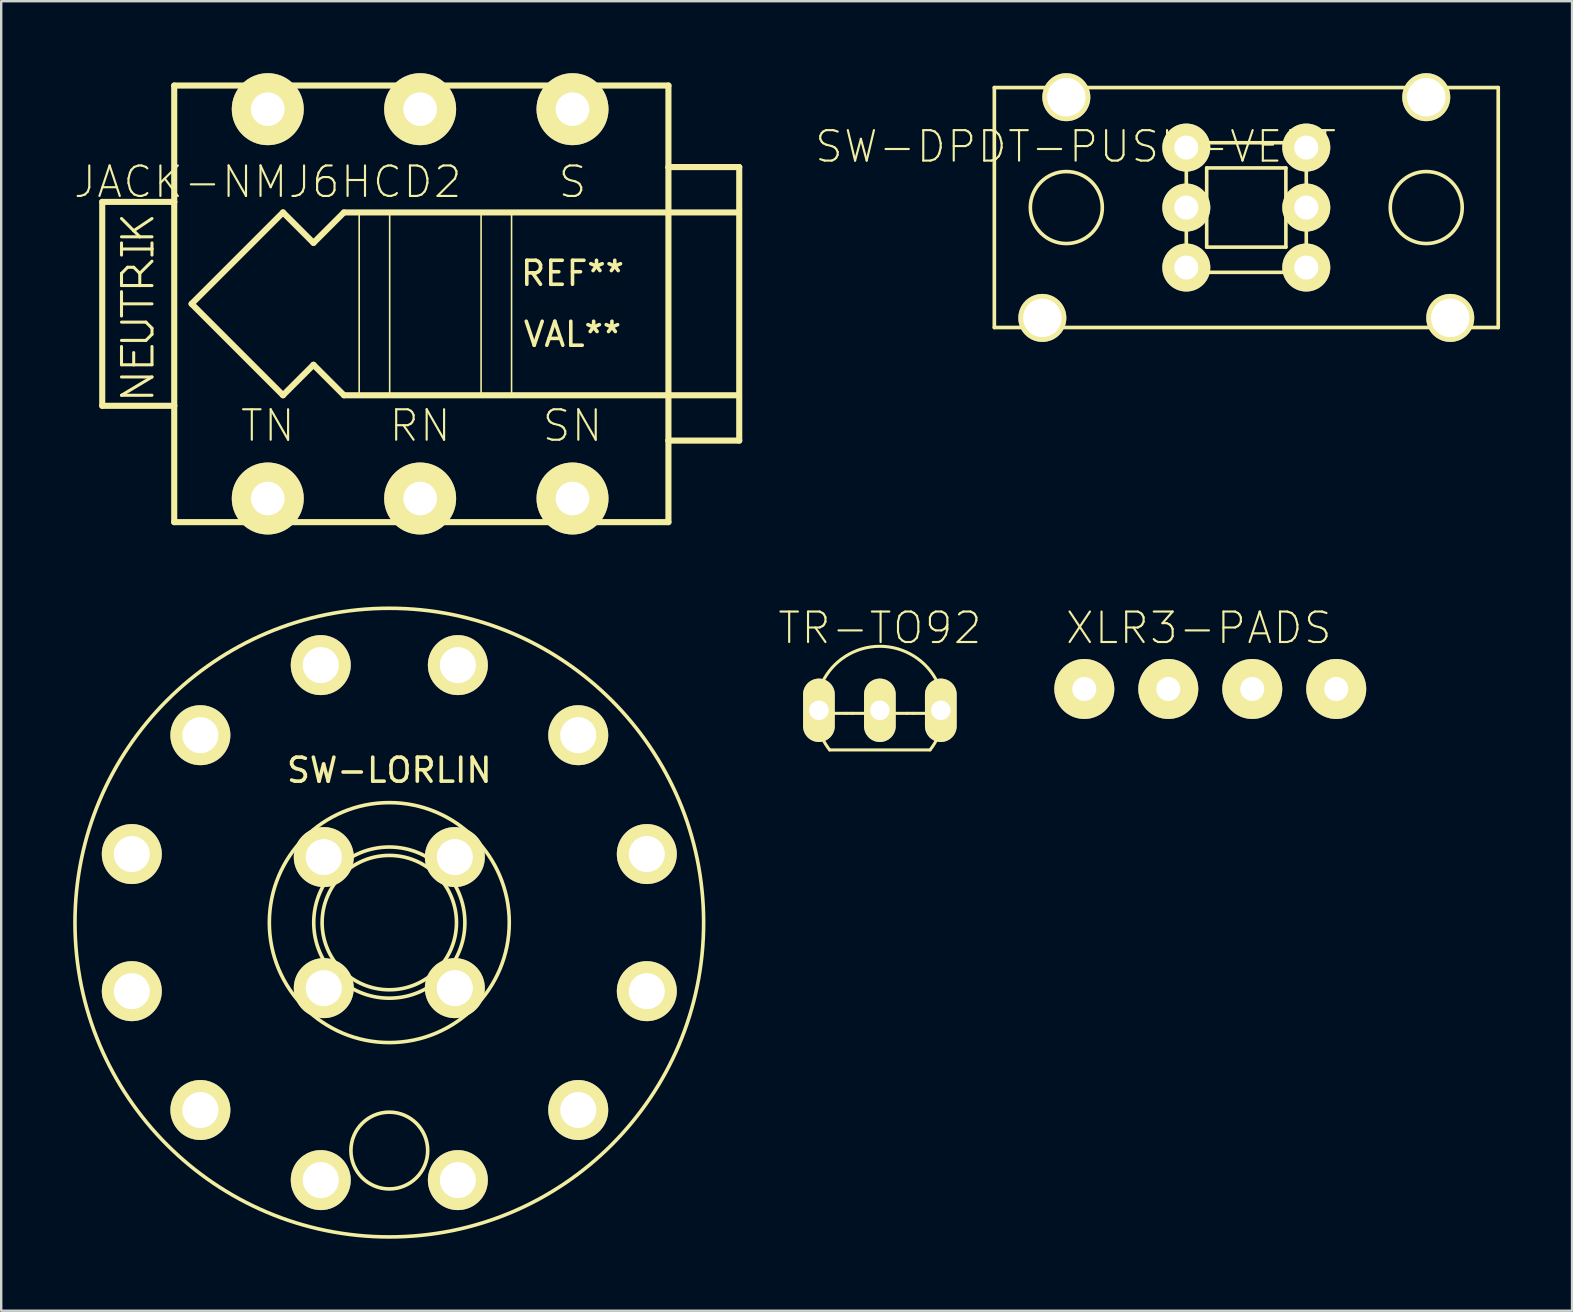
<source format=kicad_pcb>
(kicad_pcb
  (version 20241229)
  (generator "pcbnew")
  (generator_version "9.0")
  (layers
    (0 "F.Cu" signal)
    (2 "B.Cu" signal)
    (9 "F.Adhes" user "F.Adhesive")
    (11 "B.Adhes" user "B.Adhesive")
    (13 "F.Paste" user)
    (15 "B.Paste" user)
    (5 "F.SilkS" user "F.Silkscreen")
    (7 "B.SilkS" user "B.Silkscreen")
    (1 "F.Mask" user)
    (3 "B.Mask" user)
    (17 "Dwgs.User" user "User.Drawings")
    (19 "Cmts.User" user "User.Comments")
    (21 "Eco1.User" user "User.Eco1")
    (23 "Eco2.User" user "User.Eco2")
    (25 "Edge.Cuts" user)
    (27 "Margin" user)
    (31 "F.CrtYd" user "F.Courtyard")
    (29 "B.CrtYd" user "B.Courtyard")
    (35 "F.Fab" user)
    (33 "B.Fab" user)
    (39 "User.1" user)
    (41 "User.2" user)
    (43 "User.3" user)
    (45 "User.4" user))
  (footprint "SW-DPDT-PUSH-VERT"
    (layer "F.Cu")
    (at 48.891 5.6)
    (property "Reference" "SW-DPDT-PUSH-VERT" (at -7.112 -2.54 0) (layer "F.SilkS") (effects (font (size 1.27 1.27) (thickness 0.089))))
    (attr exclude_from_pos_files exclude_from_bom)
    (fp_line (start -10.5 -5) (end 10.5 -5) (stroke (width 0.152) (type solid)) (layer "F.SilkS"))
    (fp_line (start -10.5 5) (end -10.5 -5) (stroke (width 0.152) (type solid)) (layer "F.SilkS"))
    (fp_line (start -10.5 5) (end 10.5 5) (stroke (width 0.152) (type solid)) (layer "F.SilkS"))
    (fp_line (start -2.5 -2.7) (end -2.5 2.7) (stroke (width 0.15) (type solid)) (layer "F.SilkS"))
    (fp_line (start -2.5 2.7) (end 2.5 2.7) (stroke (width 0.15) (type solid)) (layer "F.SilkS"))
    (fp_line (start -1.65 -1.65) (end -1.65 1.65) (stroke (width 0.15) (type solid)) (layer "F.SilkS"))
    (fp_line (start -1.65 1.65) (end 1.65 1.65) (stroke (width 0.15) (type solid)) (layer "F.SilkS"))
    (fp_line (start 1.65 -1.65) (end -1.65 -1.65) (stroke (width 0.15) (type solid)) (layer "F.SilkS"))
    (fp_line (start 1.65 1.65) (end 1.65 -1.65) (stroke (width 0.15) (type solid)) (layer "F.SilkS"))
    (fp_line (start 2.5 -2.7) (end -2.5 -2.7) (stroke (width 0.15) (type solid)) (layer "F.SilkS"))
    (fp_line (start 2.5 2.7) (end 2.5 -2.7) (stroke (width 0.15) (type solid)) (layer "F.SilkS"))
    (fp_line (start 10.5 5) (end 10.5 -5) (stroke (width 0.152) (type solid)) (layer "F.SilkS"))
    (fp_circle (center -7.5 0) (end -7.5 1.5) (stroke (width 0.15) (type solid)) (fill no) (layer "F.SilkS"))
    (fp_circle (center 7.5 0) (end 7.5 1.5) (stroke (width 0.15) (type solid)) (fill no) (layer "F.SilkS"))
    (pad "1" thru_hole circle (at 2.5 2.5) (size 2 2) (drill 1) (layers "*.Cu" "*.Mask" "F.SilkS"))
    (pad "2" thru_hole circle (at 2.5 0) (size 2 2) (drill 1) (layers "*.Cu" "*.Mask" "F.SilkS"))
    (pad "3" thru_hole circle (at 2.5 -2.5) (size 2 2) (drill 1) (layers "*.Cu" "*.Mask" "F.SilkS"))
    (pad "4" thru_hole circle (at -2.5 2.5) (size 2 2) (drill 1) (layers "*.Cu" "*.Mask" "F.SilkS"))
    (pad "5" thru_hole circle (at -2.5 0) (size 2 2) (drill 1) (layers "*.Cu" "*.Mask" "F.SilkS"))
    (pad "6" thru_hole circle (at -2.5 -2.5) (size 2 2) (drill 1) (layers "*.Cu" "*.Mask" "F.SilkS"))
    (pad "G" thru_hole circle (at -8.5 4.6) (size 2 2) (drill 1.6) (layers "*.Cu" "*.Mask" "F.SilkS"))
    (pad "G" thru_hole circle (at -7.5 -4.6) (size 2 2) (drill 1.6) (layers "*.Cu" "*.Mask" "F.SilkS"))
    (pad "G" thru_hole circle (at 7.5 -4.6) (size 2 2) (drill 1.6) (layers "*.Cu" "*.Mask" "F.SilkS"))
    (pad "G" thru_hole circle (at 8.5 4.6) (size 2 2) (drill 1.6) (layers "*.Cu" "*.Mask" "F.SilkS")))
  (footprint "SW-LORLIN"
    (layer "F.Cu")
    (at 13.175 35.401)
    (property "Reference" "SW-LORLIN" (at 0 -6.35 0) (layer "F.SilkS") (effects (font (size 1 1) (thickness 0.15))))
    (attr through_hole)
    (fp_circle (center 0 0) (end 2.8 0) (stroke (width 0.15) (type solid)) (fill no) (layer "F.SilkS"))
    (fp_circle (center 0 0) (end 3.15 0) (stroke (width 0.15) (type solid)) (fill no) (layer "F.SilkS"))
    (fp_circle (center 0 0) (end 5 0) (stroke (width 0.15) (type solid)) (fill no) (layer "F.SilkS"))
    (fp_circle (center 0 0) (end 13.1 0) (stroke (width 0.15) (type solid)) (fill no) (layer "F.SilkS"))
    (fp_circle (center 0 9.5) (end 0 11.1) (stroke (width 0.15) (type solid)) (fill no) (layer "F.SilkS"))
    (pad "1" thru_hole circle (at -2.857 10.732) (size 2.5 2.5) (drill 1.5) (layers "*.Cu" "*.Mask" "F.SilkS"))
    (pad "2" thru_hole circle (at -7.874 7.811) (size 2.5 2.5) (drill 1.5) (layers "*.Cu" "*.Mask" "F.SilkS"))
    (pad "3" thru_hole circle (at -10.732 2.857) (size 2.5 2.5) (drill 1.5) (layers "*.Cu" "*.Mask" "F.SilkS"))
    (pad "4" thru_hole circle (at -10.732 -2.857) (size 2.5 2.5) (drill 1.5) (layers "*.Cu" "*.Mask" "F.SilkS"))
    (pad "5" thru_hole circle (at -7.874 -7.811) (size 2.5 2.5) (drill 1.5) (layers "*.Cu" "*.Mask" "F.SilkS"))
    (pad "6" thru_hole circle (at -2.857 -10.732) (size 2.5 2.5) (drill 1.5) (layers "*.Cu" "*.Mask" "F.SilkS"))
    (pad "7" thru_hole circle (at 2.857 -10.732) (size 2.5 2.5) (drill 1.5) (layers "*.Cu" "*.Mask" "F.SilkS"))
    (pad "8" thru_hole circle (at 7.874 -7.811) (size 2.5 2.5) (drill 1.5) (layers "*.Cu" "*.Mask" "F.SilkS"))
    (pad "9" thru_hole circle (at 10.732 -2.857) (size 2.5 2.5) (drill 1.5) (layers "*.Cu" "*.Mask" "F.SilkS"))
    (pad "10" thru_hole circle (at 10.732 2.857) (size 2.5 2.5) (drill 1.5) (layers "*.Cu" "*.Mask" "F.SilkS"))
    (pad "11" thru_hole circle (at 7.874 7.811) (size 2.5 2.5) (drill 1.5) (layers "*.Cu" "*.Mask" "F.SilkS"))
    (pad "12" thru_hole circle (at 2.857 10.732) (size 2.5 2.5) (drill 1.5) (layers "*.Cu" "*.Mask" "F.SilkS"))
    (pad "A" thru_hole circle (at -2.731 2.731) (size 2.5 2.5) (drill 1.5) (layers "*.Cu" "*.Mask" "F.SilkS"))
    (pad "B" thru_hole circle (at -2.731 -2.731) (size 2.5 2.5) (drill 1.5) (layers "*.Cu" "*.Mask" "F.SilkS"))
    (pad "C" thru_hole circle (at 2.731 -2.731) (size 2.5 2.5) (drill 1.5) (layers "*.Cu" "*.Mask" "F.SilkS"))
    (pad "D" thru_hole circle (at 2.731 2.731) (size 2.5 2.5) (drill 1.5) (layers "*.Cu" "*.Mask" "F.SilkS")))
  (footprint "XLR3-PADS"
    (layer "F.Cu")
    (at 45.64 25.664)
    (property "Reference" "XLR3-PADS" (at 1.27 -2.54 0) (layer "F.SilkS") (effects (font (size 1.27 1.27) (thickness 0.089))))
    (attr exclude_from_pos_files exclude_from_bom)
    (pad "1" thru_hole circle (at 3.5 0) (size 2.5 2.5) (drill 1) (layers "*.Cu" "*.Mask" "F.SilkS"))
    (pad "2" thru_hole circle (at 0 0) (size 2.5 2.5) (drill 1) (layers "*.Cu" "*.Mask" "F.SilkS"))
    (pad "3" thru_hole circle (at -3.5 0) (size 2.5 2.5) (drill 1) (layers "*.Cu" "*.Mask" "F.SilkS"))
    (pad "G" thru_hole circle (at 7 0) (size 2.5 2.5) (drill 1) (layers "*.Cu" "*.Mask" "F.SilkS")))
  (footprint "JACK-NMJ6HCD2"
    (layer "F.Cu")
    (at 14.46 9.613)
    (property "Reference" "JACK-NMJ6HCD2" (at -6.35 -5.08 0) (layer "F.SilkS") (effects (font (size 1.27 1.27) (thickness 0.089))))
    (attr exclude_from_pos_files exclude_from_bom)
    (fp_line (start -13.249 -4.249) (end -10.249 -4.249) (stroke (width 0.254) (type solid)) (layer "F.SilkS"))
    (fp_line (start -13.249 4.249) (end -13.249 -4.249) (stroke (width 0.254) (type solid)) (layer "F.SilkS"))
    (fp_line (start -12.446 -2.286) (end -12.446 -2.54) (stroke (width 0.127) (type solid)) (layer "F.SilkS"))
    (fp_line (start -12.446 -2.032) (end -12.446 -2.286) (stroke (width 0.127) (type solid)) (layer "F.SilkS"))
    (fp_line (start -12.446 -1.27) (end -12.192 -1.524) (stroke (width 0.127) (type solid)) (layer "F.SilkS"))
    (fp_line (start -12.446 -0.762) (end -12.446 -1.27) (stroke (width 0.127) (type solid)) (layer "F.SilkS"))
    (fp_line (start -12.446 0) (end -12.446 -0.508) (stroke (width 0.127) (type solid)) (layer "F.SilkS"))
    (fp_line (start -12.446 0.508) (end -12.446 0) (stroke (width 0.127) (type solid)) (layer "F.SilkS"))
    (fp_line (start -12.446 1.524) (end -11.43 1.524) (stroke (width 0.127) (type solid)) (layer "F.SilkS"))
    (fp_line (start -12.446 2.54) (end -12.446 1.778) (stroke (width 0.127) (type solid)) (layer "F.SilkS"))
    (fp_line (start -12.446 3.81) (end -11.176 3.048) (stroke (width 0.127) (type solid)) (layer "F.SilkS"))
    (fp_line (start -12.192 -1.524) (end -11.938 -1.524) (stroke (width 0.127) (type solid)) (layer "F.SilkS"))
    (fp_line (start -11.938 -3.048) (end -12.446 -3.556) (stroke (width 0.127) (type solid)) (layer "F.SilkS"))
    (fp_line (start -11.938 -3.048) (end -11.176 -3.556) (stroke (width 0.127) (type solid)) (layer "F.SilkS"))
    (fp_line (start -11.938 -1.524) (end -11.684 -1.27) (stroke (width 0.127) (type solid)) (layer "F.SilkS"))
    (fp_line (start -11.938 2.54) (end -12.446 2.54) (stroke (width 0.127) (type solid)) (layer "F.SilkS"))
    (fp_line (start -11.938 2.54) (end -11.938 2.032) (stroke (width 0.127) (type solid)) (layer "F.SilkS"))
    (fp_line (start -11.684 -2.794) (end -12.446 -2.794) (stroke (width 0.127) (type solid)) (layer "F.SilkS"))
    (fp_line (start -11.684 -2.794) (end -11.938 -3.048) (stroke (width 0.127) (type solid)) (layer "F.SilkS"))
    (fp_line (start -11.684 -1.27) (end -11.684 -0.762) (stroke (width 0.127) (type solid)) (layer "F.SilkS"))
    (fp_line (start -11.684 -1.27) (end -11.176 -1.778) (stroke (width 0.127) (type solid)) (layer "F.SilkS"))
    (fp_line (start -11.684 -0.762) (end -12.446 -0.762) (stroke (width 0.127) (type solid)) (layer "F.SilkS"))
    (fp_line (start -11.43 0.762) (end -12.446 0.762) (stroke (width 0.127) (type solid)) (layer "F.SilkS"))
    (fp_line (start -11.43 1.524) (end -11.176 1.27) (stroke (width 0.127) (type solid)) (layer "F.SilkS"))
    (fp_line (start -11.176 -2.794) (end -11.684 -2.794) (stroke (width 0.127) (type solid)) (layer "F.SilkS"))
    (fp_line (start -11.176 -2.286) (end -12.446 -2.286) (stroke (width 0.127) (type solid)) (layer "F.SilkS"))
    (fp_line (start -11.176 -2.286) (end -11.176 -2.54) (stroke (width 0.127) (type solid)) (layer "F.SilkS"))
    (fp_line (start -11.176 -2.032) (end -11.176 -2.286) (stroke (width 0.127) (type solid)) (layer "F.SilkS"))
    (fp_line (start -11.176 -0.762) (end -11.684 -0.762) (stroke (width 0.127) (type solid)) (layer "F.SilkS"))
    (fp_line (start -11.176 0) (end -12.446 0) (stroke (width 0.127) (type solid)) (layer "F.SilkS"))
    (fp_line (start -11.176 1.016) (end -11.43 0.762) (stroke (width 0.127) (type solid)) (layer "F.SilkS"))
    (fp_line (start -11.176 1.27) (end -11.176 1.016) (stroke (width 0.127) (type solid)) (layer "F.SilkS"))
    (fp_line (start -11.176 2.54) (end -11.938 2.54) (stroke (width 0.127) (type solid)) (layer "F.SilkS"))
    (fp_line (start -11.176 2.54) (end -11.176 1.778) (stroke (width 0.127) (type solid)) (layer "F.SilkS"))
    (fp_line (start -11.176 3.048) (end -12.446 3.048) (stroke (width 0.127) (type solid)) (layer "F.SilkS"))
    (fp_line (start -11.176 3.81) (end -12.446 3.81) (stroke (width 0.127) (type solid)) (layer "F.SilkS"))
    (fp_line (start -10.249 -9.098) (end -10.249 -4.249) (stroke (width 0.254) (type solid)) (layer "F.SilkS"))
    (fp_line (start -10.249 -4.249) (end -10.249 4.249) (stroke (width 0.254) (type solid)) (layer "F.SilkS"))
    (fp_line (start -10.249 4.249) (end -13.249 4.249) (stroke (width 0.254) (type solid)) (layer "F.SilkS"))
    (fp_line (start -10.249 4.249) (end -10.249 9.098) (stroke (width 0.254) (type solid)) (layer "F.SilkS"))
    (fp_line (start -10.249 9.098) (end 10.348 9.098) (stroke (width 0.254) (type solid)) (layer "F.SilkS"))
    (fp_line (start -9.525 0) (end -5.715 3.81) (stroke (width 0.254) (type solid)) (layer "F.SilkS"))
    (fp_line (start -5.715 -3.81) (end -9.525 0) (stroke (width 0.254) (type solid)) (layer "F.SilkS"))
    (fp_line (start -5.715 3.81) (end -4.445 2.54) (stroke (width 0.254) (type solid)) (layer "F.SilkS"))
    (fp_line (start -4.445 -2.54) (end -5.715 -3.81) (stroke (width 0.254) (type solid)) (layer "F.SilkS"))
    (fp_line (start -4.445 2.54) (end -3.175 3.81) (stroke (width 0.254) (type solid)) (layer "F.SilkS"))
    (fp_line (start -3.175 -3.81) (end -4.445 -2.54) (stroke (width 0.254) (type solid)) (layer "F.SilkS"))
    (fp_line (start -3.175 3.81) (end 13.208 3.81) (stroke (width 0.254) (type solid)) (layer "F.SilkS"))
    (fp_line (start -2.54 -3.81) (end -1.27 -3.81) (stroke (width 0.066) (type solid)) (layer "F.SilkS"))
    (fp_line (start -2.54 3.81) (end -2.54 -3.81) (stroke (width 0.066) (type solid)) (layer "F.SilkS"))
    (fp_line (start -2.54 3.81) (end -1.27 3.81) (stroke (width 0.066) (type solid)) (layer "F.SilkS"))
    (fp_line (start -1.27 3.81) (end -1.27 -3.81) (stroke (width 0.066) (type solid)) (layer "F.SilkS"))
    (fp_line (start 2.54 -3.81) (end 3.81 -3.81) (stroke (width 0.066) (type solid)) (layer "F.SilkS"))
    (fp_line (start 2.54 3.81) (end 2.54 -3.81) (stroke (width 0.066) (type solid)) (layer "F.SilkS"))
    (fp_line (start 2.54 3.81) (end 3.81 3.81) (stroke (width 0.066) (type solid)) (layer "F.SilkS"))
    (fp_line (start 3.81 3.81) (end 3.81 -3.81) (stroke (width 0.066) (type solid)) (layer "F.SilkS"))
    (fp_line (start 10.348 -9.098) (end -10.249 -9.098) (stroke (width 0.254) (type solid)) (layer "F.SilkS"))
    (fp_line (start 10.348 -5.7) (end 10.348 -9.098) (stroke (width 0.254) (type solid)) (layer "F.SilkS"))
    (fp_line (start 10.348 -5.7) (end 13.299 -5.7) (stroke (width 0.254) (type solid)) (layer "F.SilkS"))
    (fp_line (start 10.348 5.7) (end 10.348 -5.7) (stroke (width 0.254) (type solid)) (layer "F.SilkS"))
    (fp_line (start 10.348 9.098) (end 10.348 5.7) (stroke (width 0.254) (type solid)) (layer "F.SilkS"))
    (fp_line (start 13.208 -3.81) (end -3.175 -3.81) (stroke (width 0.254) (type solid)) (layer "F.SilkS"))
    (fp_line (start 13.299 -5.7) (end 13.299 5.7) (stroke (width 0.254) (type solid)) (layer "F.SilkS"))
    (fp_line (start 13.299 5.7) (end 10.348 5.7) (stroke (width 0.254) (type solid)) (layer "F.SilkS"))
    (fp_text user "TN" (at -6.35 5.08 0) (layer "F.SilkS") (effects (font (size 1.27 1.27) (thickness 0.089))))
    (fp_text user "SN" (at 6.35 5.08 0) (layer "F.SilkS") (effects (font (size 1.27 1.27) (thickness 0.089))))
    (fp_text user "REF**" (at 6.35 -1.27 0) (layer "F.SilkS") (effects (font (size 1 1) (thickness 0.15))))
    (fp_text user "RN" (at 0 5.08 0) (layer "F.SilkS") (effects (font (size 1.27 1.27) (thickness 0.089))))
    (fp_text user "VAL**" (at 6.35 1.27 0) (layer "F.SilkS") (effects (font (size 1 1) (thickness 0.15))))
    (fp_text user "S" (at 6.35 -5.08 0) (layer "F.SilkS") (effects (font (size 1.27 1.27) (thickness 0.089))))
    (pad "R" thru_hole circle (at 0 -8.113) (size 3 3) (drill 1.4) (layers "*.Cu" "*.Mask" "F.SilkS"))
    (pad "RN" thru_hole circle (at 0 8.113) (size 3 3) (drill 1.4) (layers "*.Cu" "*.Mask" "F.SilkS"))
    (pad "S" thru_hole circle (at 6.35 -8.113) (size 3 3) (drill 1.4) (layers "*.Cu" "*.Mask" "F.SilkS"))
    (pad "SN" thru_hole circle (at 6.35 8.113) (size 3 3) (drill 1.4) (layers "*.Cu" "*.Mask" "F.SilkS"))
    (pad "T" thru_hole circle (at -6.35 -8.113) (size 3 3) (drill 1.4) (layers "*.Cu" "*.Mask" "F.SilkS"))
    (pad "TN" thru_hole circle (at -6.35 8.113) (size 3 3) (drill 1.4) (layers "*.Cu" "*.Mask" "F.SilkS")))
  (footprint "TR-TO92"
    (layer "F.Cu")
    (at 33.62 25.283)
    (property "Reference" "TR-TO92" (at 0 -2.159 0) (layer "F.SilkS") (effects (font (size 1.27 1.27) (thickness 0.089))))
    (attr exclude_from_pos_files exclude_from_bom)
    (fp_line (start -2.093 2.921) (end 2.093 2.921) (stroke (width 0.127) (type solid)) (layer "F.SilkS"))
    (fp_line (start -1.402 1.397) (end -2.662 1.397) (stroke (width 0.127) (type solid)) (layer "F.SilkS"))
    (fp_line (start -1.135 1.397) (end -1.402 1.397) (stroke (width 0.127) (type solid)) (layer "F.SilkS"))
    (fp_line (start 1.135 1.397) (end -1.135 1.397) (stroke (width 0.127) (type solid)) (layer "F.SilkS"))
    (fp_line (start 1.402 1.397) (end 1.135 1.397) (stroke (width 0.127) (type solid)) (layer "F.SilkS"))
    (fp_line (start 2.662 1.397) (end 1.402 1.397) (stroke (width 0.127) (type solid)) (layer "F.SilkS"))
    (fp_arc (start -2.66192 1.397) (mid -2.614027 0.751532) (end -2.41194 0.136647) (stroke (width 0.127) (type solid)) (layer "F.SilkS"))
    (fp_arc (start -2.413 0.13208) (mid -0.000113 -1.397851) (end 2.412904 0.131876) (stroke (width 0.127) (type solid)) (layer "F.SilkS"))
    (fp_arc (start -2.413 2.40538) (mid -2.588068 1.915021) (end -2.664557 1.399997) (stroke (width 0.127) (type solid)) (layer "F.SilkS"))
    (fp_arc (start -2.09296 2.921) (mid -2.266692 2.673441) (end -2.411283 2.407806) (stroke (width 0.127) (type solid)) (layer "F.SilkS"))
    (fp_arc (start 2.413 0.13208) (mid 2.616156 0.747355) (end 2.664993 1.39346) (stroke (width 0.127) (type solid)) (layer "F.SilkS"))
    (fp_arc (start 2.42316 2.37998) (mid 2.274388 2.659066) (end 2.093617 2.918573) (stroke (width 0.127) (type solid)) (layer "F.SilkS"))
    (fp_arc (start 2.66192 1.397) (mid 2.586063 1.911569) (end 2.411704 2.401605) (stroke (width 0.127) (type solid)) (layer "F.SilkS"))
    (pad "1" thru_hole oval (at 2.54 1.27) (size 1.321 2.642) (drill 0.813) (layers "*.Cu" "*.Mask" "F.SilkS"))
    (pad "2" thru_hole oval (at 0 1.27) (size 1.321 2.642) (drill 0.813) (layers "*.Cu" "*.Mask" "F.SilkS"))
    (pad "3" thru_hole oval (at -2.54 1.27) (size 1.321 2.642) (drill 0.813) (layers "*.Cu" "*.Mask" "F.SilkS")))
  (gr_rect
    (start -3 -3)
    (end 62.467 51.576)
    (stroke (width 0.1) (type default))
    (fill no)
    (layer "Edge.Cuts")))
</source>
